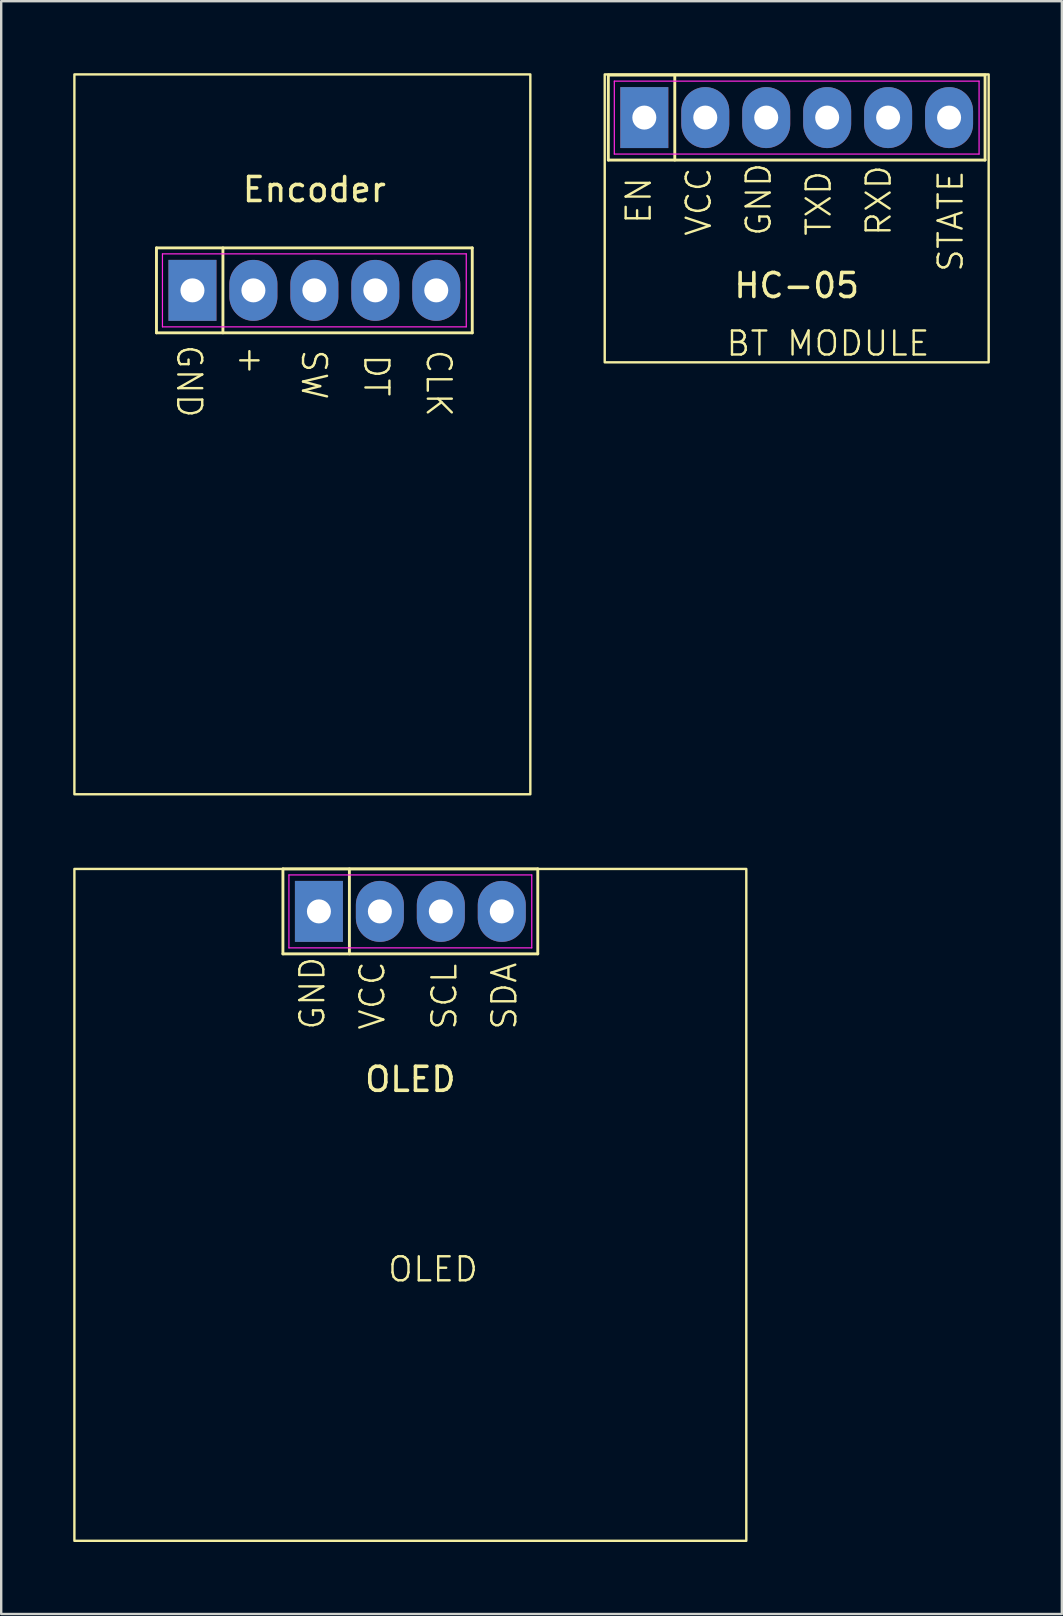
<source format=kicad_pcb>
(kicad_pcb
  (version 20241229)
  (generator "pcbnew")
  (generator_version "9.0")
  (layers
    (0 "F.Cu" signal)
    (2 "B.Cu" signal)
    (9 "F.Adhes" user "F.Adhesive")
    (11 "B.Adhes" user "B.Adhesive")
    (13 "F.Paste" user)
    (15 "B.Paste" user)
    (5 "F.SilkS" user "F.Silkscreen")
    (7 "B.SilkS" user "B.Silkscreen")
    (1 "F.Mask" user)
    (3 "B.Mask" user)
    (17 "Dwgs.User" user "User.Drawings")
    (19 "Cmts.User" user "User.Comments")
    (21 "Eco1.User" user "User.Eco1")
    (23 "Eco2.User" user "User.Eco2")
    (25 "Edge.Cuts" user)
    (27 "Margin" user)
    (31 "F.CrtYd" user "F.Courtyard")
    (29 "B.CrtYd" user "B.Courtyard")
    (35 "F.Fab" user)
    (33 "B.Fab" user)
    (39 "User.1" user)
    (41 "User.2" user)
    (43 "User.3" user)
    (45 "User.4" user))
  (footprint "HC-05"
    (layer "F.Cu")
    (at 30.15 1.85)
    (property "Reference" "HC-05" (at 0 7 0) (layer "F.SilkS") (effects (font (size 1 1) (thickness 0.15))))
    (attr through_hole)
    (fp_line (start -7.85 -1.77) (end 7.85 -1.77) (stroke (width 0.12) (type default)) (layer "F.SilkS"))
    (fp_line (start -7.85 1.77) (end -7.85 -1.77) (stroke (width 0.12) (type default)) (layer "F.SilkS"))
    (fp_line (start -5.08 -1.77) (end -5.08 1.77) (stroke (width 0.12) (type default)) (layer "F.SilkS"))
    (fp_line (start 7.85 -1.77) (end 7.85 1.77) (stroke (width 0.12) (type default)) (layer "F.SilkS"))
    (fp_line (start 7.85 1.77) (end -7.85 1.77) (stroke (width 0.12) (type default)) (layer "F.SilkS"))
    (fp_rect (start -8 -1.8) (end 8 10.2) (stroke (width 0.1) (type default)) (fill no) (layer "F.SilkS"))
    (fp_line (start -7.6 -1.52) (end 7.6 -1.52) (stroke (width 0.05) (type default)) (layer "F.CrtYd"))
    (fp_line (start -7.6 1.52) (end -7.6 -1.52) (stroke (width 0.05) (type default)) (layer "F.CrtYd"))
    (fp_line (start 7.6 -1.52) (end 7.6 1.52) (stroke (width 0.05) (type default)) (layer "F.CrtYd"))
    (fp_line (start 7.6 1.52) (end -7.6 1.52) (stroke (width 0.05) (type default)) (layer "F.CrtYd"))
    (fp_text user "BT MODULE" (at -3 10 0) (unlocked yes) (layer "F.SilkS") (effects (font (size 1 1) (thickness 0.1)) (justify left bottom)))
    (fp_text user "EN" (at -6 4.5 90) (unlocked yes) (layer "F.SilkS") (effects (font (size 1 1) (thickness 0.1)) (justify left bottom)))
    (fp_text user "STATE" (at 7 6.5 90) (unlocked yes) (layer "F.SilkS") (effects (font (size 1 1) (thickness 0.1)) (justify left bottom)))
    (fp_text user "VCC" (at -3.5 5 90) (unlocked yes) (layer "F.SilkS") (effects (font (size 1 1) (thickness 0.1)) (justify left bottom)))
    (fp_text user "RXD" (at 4 5 90) (unlocked yes) (layer "F.SilkS") (effects (font (size 1 1) (thickness 0.1)) (justify left bottom)))
    (fp_text user "TXD" (at 1.5 5 90) (unlocked yes) (layer "F.SilkS") (effects (font (size 1 1) (thickness 0.1)) (justify left bottom)))
    (fp_text user "GND" (at -1 5 90) (unlocked yes) (layer "F.SilkS") (effects (font (size 1 1) (thickness 0.1)) (justify left bottom)))
    (pad "1" thru_hole rect (at -6.35 0) (size 2 2.54) (drill 1) (layers "*.Cu" "*.Mask"))
    (pad "2" thru_hole oval (at -3.81 0) (size 2 2.54) (drill 1) (layers "*.Cu" "*.Mask"))
    (pad "3" thru_hole oval (at -1.27 0) (size 2 2.54) (drill 1) (layers "*.Cu" "*.Mask"))
    (pad "4" thru_hole oval (at 1.27 0) (size 2 2.54) (drill 1) (layers "*.Cu" "*.Mask"))
    (pad "5" thru_hole oval (at 3.81 0) (size 2 2.54) (drill 1) (layers "*.Cu" "*.Mask"))
    (pad "6" thru_hole oval (at 6.35 0) (size 2 2.54) (drill 1) (layers "*.Cu" "*.Mask")))
  (footprint "OLED"
    (layer "F.Cu")
    (at 14.05 34.93)
    (property "Reference" "OLED" (at 0 7 0) (layer "F.SilkS") (effects (font (size 1 1) (thickness 0.15))))
    (attr through_hole)
    (fp_line (start -5.31 -1.77) (end 5.31 -1.77) (stroke (width 0.12) (type default)) (layer "F.SilkS"))
    (fp_line (start -5.31 1.77) (end -5.31 -1.77) (stroke (width 0.12) (type default)) (layer "F.SilkS"))
    (fp_line (start -2.54 -1.77) (end -2.54 1.77) (stroke (width 0.12) (type default)) (layer "F.SilkS"))
    (fp_line (start 5.31 -1.77) (end 5.31 1.77) (stroke (width 0.12) (type default)) (layer "F.SilkS"))
    (fp_line (start 5.31 1.77) (end -5.31 1.77) (stroke (width 0.12) (type default)) (layer "F.SilkS"))
    (fp_rect (start -14 -1.77) (end 14 26.23) (stroke (width 0.1) (type default)) (fill no) (layer "F.SilkS"))
    (fp_line (start -5.06 -1.52) (end 5.06 -1.52) (stroke (width 0.05) (type default)) (layer "F.CrtYd"))
    (fp_line (start -5.06 1.52) (end -5.06 -1.52) (stroke (width 0.05) (type default)) (layer "F.CrtYd"))
    (fp_line (start 5.06 -1.52) (end 5.06 1.52) (stroke (width 0.05) (type default)) (layer "F.CrtYd"))
    (fp_line (start 5.06 1.52) (end -5.06 1.52) (stroke (width 0.05) (type default)) (layer "F.CrtYd"))
    (fp_text user "GND" (at -3.5 5 90) (unlocked yes) (layer "F.SilkS") (effects (font (size 1 1) (thickness 0.1)) (justify left bottom)))
    (fp_text user "SDA" (at 4.5 5 90) (unlocked yes) (layer "F.SilkS") (effects (font (size 1 1) (thickness 0.1)) (justify left bottom)))
    (fp_text user "OLED" (at -1 15.5 0) (unlocked yes) (layer "F.SilkS") (effects (font (size 1 1) (thickness 0.1)) (justify left bottom)))
    (fp_text user "VCC" (at -1 5 90) (unlocked yes) (layer "F.SilkS") (effects (font (size 1 1) (thickness 0.1)) (justify left bottom)))
    (fp_text user "SCL" (at 2 5 90) (unlocked yes) (layer "F.SilkS") (effects (font (size 1 1) (thickness 0.1)) (justify left bottom)))
    (pad "1" thru_hole rect (at -3.81 0) (size 2 2.54) (drill 1) (layers "*.Cu" "*.Mask"))
    (pad "2" thru_hole oval (at -1.27 0) (size 2 2.54) (drill 1) (layers "*.Cu" "*.Mask"))
    (pad "3" thru_hole oval (at 1.27 0) (size 2 2.54) (drill 1) (layers "*.Cu" "*.Mask"))
    (pad "4" thru_hole oval (at 3.81 0) (size 2 2.54) (drill 1) (layers "*.Cu" "*.Mask")))
  (footprint "Encoder"
    (layer "F.Cu")
    (at 10.05 9.05)
    (property "Reference" "Encoder" (at 0 -4.2 0) (layer "F.SilkS") (effects (font (size 1 1) (thickness 0.15))))
    (attr through_hole)
    (fp_line (start -6.58 -1.77) (end 6.58 -1.77) (stroke (width 0.12) (type default)) (layer "F.SilkS"))
    (fp_line (start -6.58 1.77) (end -6.58 -1.77) (stroke (width 0.12) (type default)) (layer "F.SilkS"))
    (fp_line (start -3.81 -1.77) (end -3.81 1.77) (stroke (width 0.12) (type default)) (layer "F.SilkS"))
    (fp_line (start 6.58 -1.77) (end 6.58 1.77) (stroke (width 0.12) (type default)) (layer "F.SilkS"))
    (fp_line (start 6.58 1.77) (end -6.58 1.77) (stroke (width 0.12) (type default)) (layer "F.SilkS"))
    (fp_rect (start -10 -9) (end 9 21) (stroke (width 0.1) (type default)) (fill no) (layer "F.SilkS"))
    (fp_line (start -6.33 -1.52) (end 6.33 -1.52) (stroke (width 0.05) (type default)) (layer "F.CrtYd"))
    (fp_line (start -6.33 1.52) (end -6.33 -1.52) (stroke (width 0.05) (type default)) (layer "F.CrtYd"))
    (fp_line (start 6.33 -1.52) (end 6.33 1.52) (stroke (width 0.05) (type default)) (layer "F.CrtYd"))
    (fp_line (start 6.33 1.52) (end -6.33 1.52) (stroke (width 0.05) (type default)) (layer "F.CrtYd"))
    (fp_text user "SW" (at -0.6 2.4 270) (unlocked yes) (layer "F.SilkS") (effects (font (size 1 1) (thickness 0.1)) (justify left bottom)))
    (fp_text user "DT" (at 2 2.6 270) (unlocked yes) (layer "F.SilkS") (effects (font (size 1 1) (thickness 0.1)) (justify left bottom)))
    (fp_text user "+" (at -2.2 3.6 90) (unlocked yes) (layer "F.SilkS") (effects (font (size 1 1) (thickness 0.1)) (justify left bottom)))
    (fp_text user "CLK" (at 4.6 2.4 270) (unlocked yes) (layer "F.SilkS") (effects (font (size 1 1) (thickness 0.1)) (justify left bottom)))
    (fp_text user "GND" (at -5.8 2.2 270) (unlocked yes) (layer "F.SilkS") (effects (font (size 1 1) (thickness 0.1)) (justify left bottom)))
    (pad "1" thru_hole rect (at -5.08 0) (size 2 2.54) (drill 1) (layers "*.Cu" "*.Mask"))
    (pad "2" thru_hole oval (at -2.54 0) (size 2 2.54) (drill 1) (layers "*.Cu" "*.Mask"))
    (pad "3" thru_hole oval (at 0 0) (size 2 2.54) (drill 1) (layers "*.Cu" "*.Mask"))
    (pad "4" thru_hole oval (at 2.54 0) (size 2 2.54) (drill 1) (layers "*.Cu" "*.Mask"))
    (pad "5" thru_hole oval (at 5.08 0) (size 2 2.54) (drill 1) (layers "*.Cu" "*.Mask")))
  (gr_rect
    (start -3 -3)
    (end 41.2 64.21)
    (stroke (width 0.1) (type default))
    (fill no)
    (layer "Edge.Cuts")))
</source>
